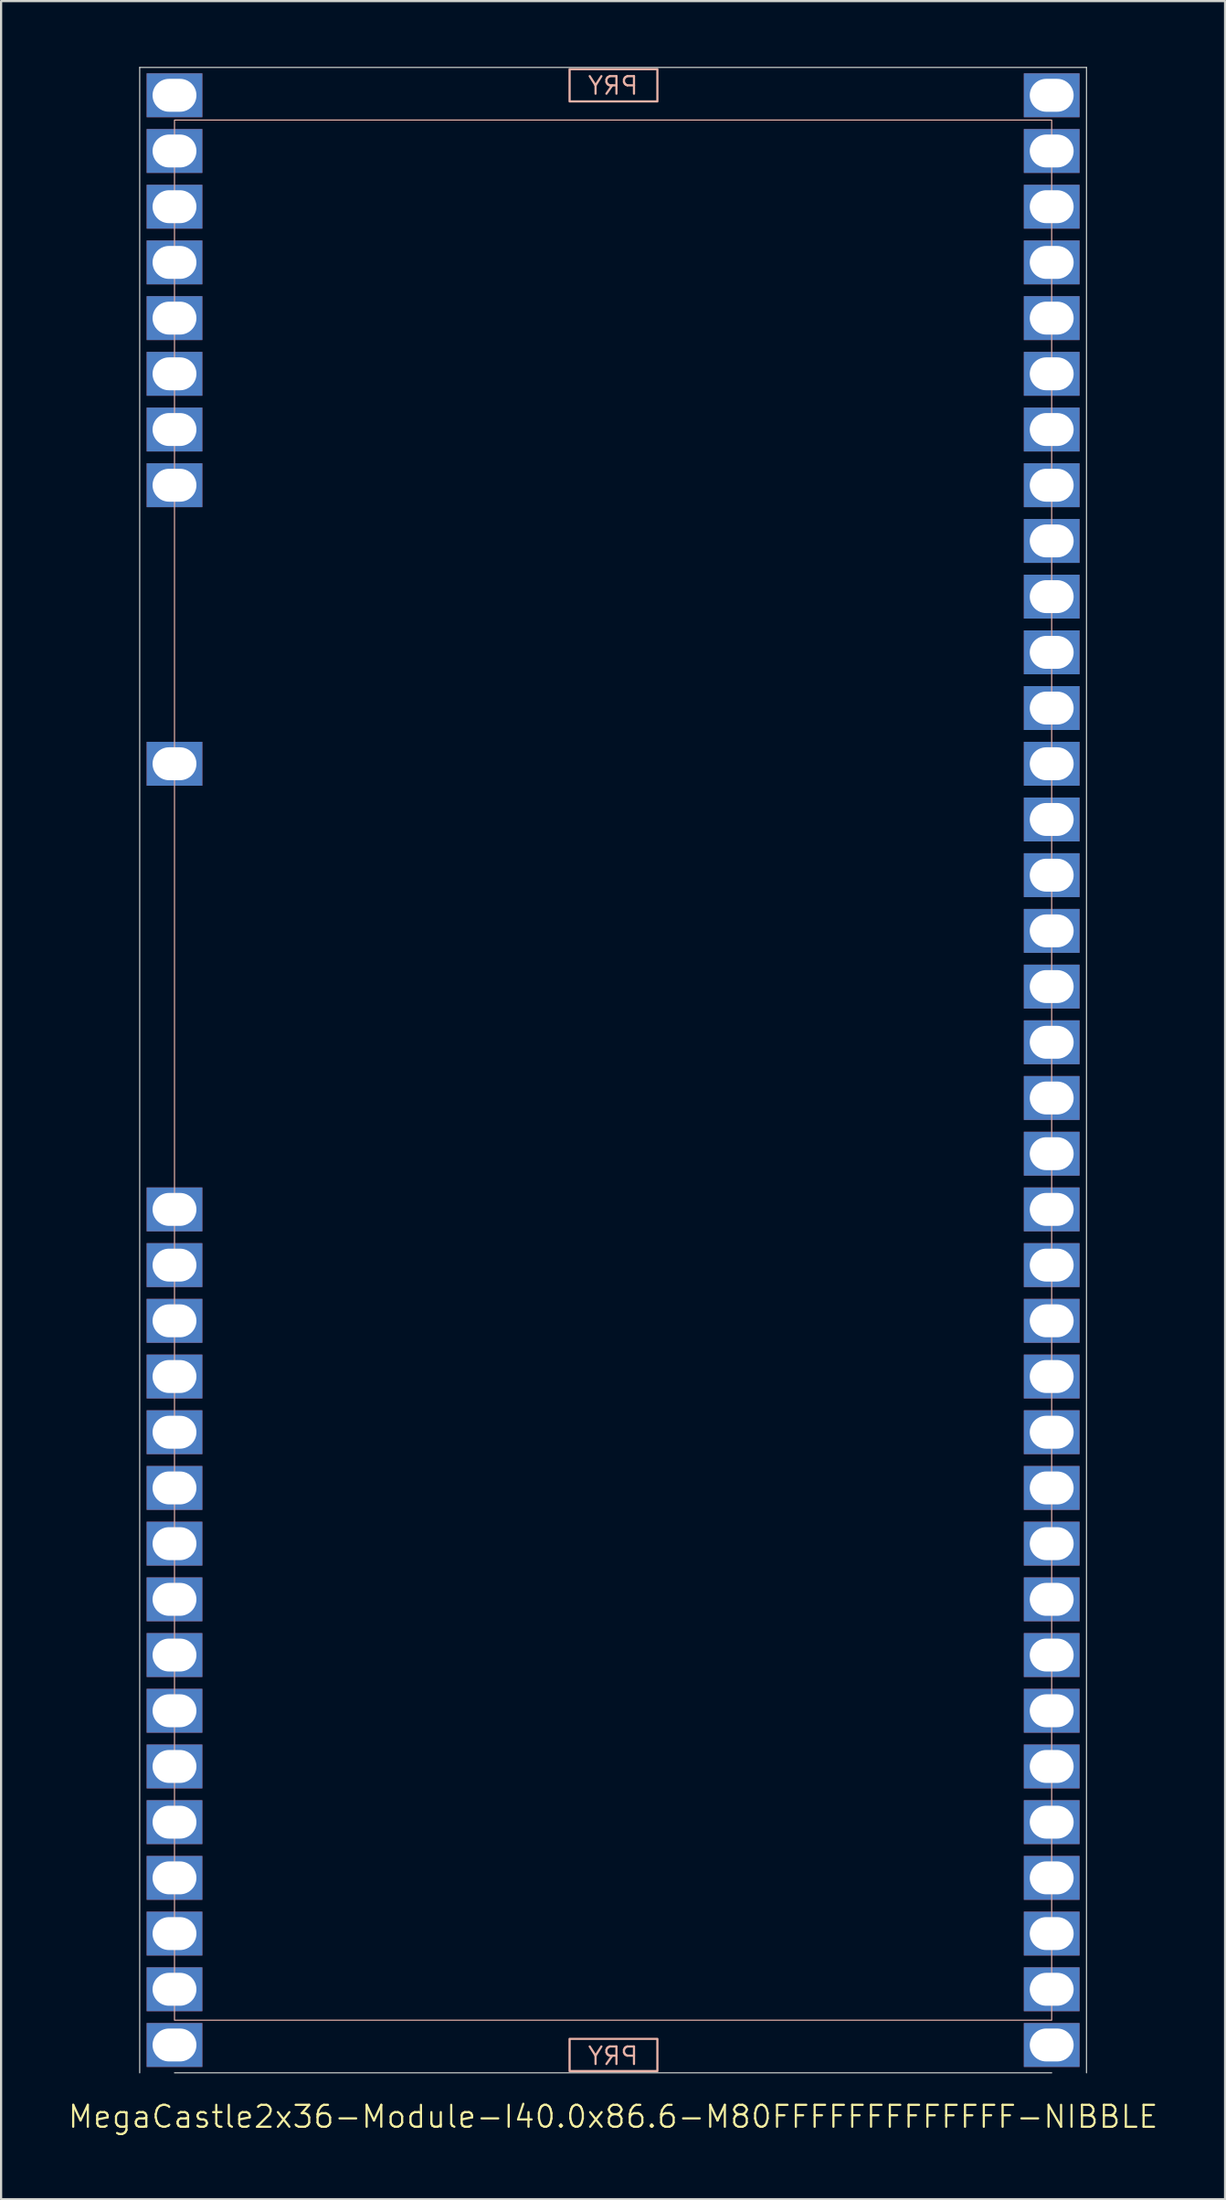
<source format=kicad_pcb>
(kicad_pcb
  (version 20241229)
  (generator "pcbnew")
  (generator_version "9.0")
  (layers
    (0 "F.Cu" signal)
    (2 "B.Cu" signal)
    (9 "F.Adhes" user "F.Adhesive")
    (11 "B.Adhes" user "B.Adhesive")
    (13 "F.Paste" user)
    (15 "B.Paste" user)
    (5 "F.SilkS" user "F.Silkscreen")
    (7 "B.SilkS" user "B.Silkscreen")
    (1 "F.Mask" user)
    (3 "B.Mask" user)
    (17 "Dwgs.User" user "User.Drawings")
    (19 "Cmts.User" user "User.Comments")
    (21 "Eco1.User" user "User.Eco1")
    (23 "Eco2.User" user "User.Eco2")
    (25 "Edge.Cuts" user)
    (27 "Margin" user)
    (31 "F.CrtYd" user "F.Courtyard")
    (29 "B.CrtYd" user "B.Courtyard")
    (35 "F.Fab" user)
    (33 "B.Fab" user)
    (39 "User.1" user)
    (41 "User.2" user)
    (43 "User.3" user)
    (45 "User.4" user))
  (footprint "MegaCastle2x36-Module-I40.0x86.6-M80FFFFFFFFFFFFF-NIBBLE"
    (layer "F.Cu")
    (at 24.907 45.745)
    (property "Reference" "MegaCastle2x36-Module-I40.0x86.6-M80FFFFFFFFFFFFF-NIBBLE" (at 0 47.72 0) (unlocked yes) (layer "F.SilkS") (effects (font (size 1 1) (thickness 0.1))))
    (attr smd)
    (fp_rect (start -20 43.32) (end 20 -43.32) (stroke (width 0.05) (type default)) (fill no) (layer "B.SilkS"))
    (fp_rect (start -1.984 -44.171) (end 2.02 -45.64) (stroke (width 0.1) (type default)) (fill no) (layer "B.SilkS"))
    (fp_rect (start -1.984 44.171) (end 2.02 45.64) (stroke (width 0.1) (type default)) (fill no) (layer "B.SilkS"))
    (fp_line (start -21.587 -45.72) (end -21.587 45.72) (stroke (width 0.05) (type default)) (layer "Edge.Cuts"))
    (fp_line (start -21.587 -45.72) (end 21.587 -45.72) (stroke (width 0.05) (type default)) (layer "Edge.Cuts"))
    (fp_line (start -20 45.72) (end 20 45.72) (stroke (width 0.05) (type default)) (layer "Edge.Cuts"))
    (fp_line (start 21.587 -45.72) (end 21.587 45.72) (stroke (width 0.05) (type default)) (layer "Edge.Cuts"))
    (fp_text user "PRY" (at 0 45.42 0) (unlocked yes) (layer "B.SilkS") (effects (font (size 0.8 0.8) (thickness 0.1)) (justify bottom mirror)))
    (fp_text user "PRY" (at 0 -44.42 0) (unlocked yes) (layer "B.SilkS") (effects (font (size 0.8 0.8) (thickness 0.1)) (justify bottom mirror)))
    (pad "1" thru_hole rect (at -20 -44.45) (size 2.54 2) (drill oval 2 1.5) (property pad_prop_castellated) (layers "*.Cu" "*.Mask"))
    (pad "2" thru_hole rect (at -20 -41.91) (size 2.54 2) (drill oval 2 1.5) (property pad_prop_castellated) (layers "*.Cu" "*.Mask"))
    (pad "3" thru_hole rect (at -20 -39.37) (size 2.54 2) (drill oval 2 1.5) (property pad_prop_castellated) (layers "*.Cu" "*.Mask"))
    (pad "4" thru_hole rect (at -20 -36.83) (size 2.54 2) (drill oval 2 1.5) (property pad_prop_castellated) (layers "*.Cu" "*.Mask"))
    (pad "5" thru_hole rect (at -20 -34.29) (size 2.54 2) (drill oval 2 1.5) (property pad_prop_castellated) (layers "*.Cu" "*.Mask"))
    (pad "6" thru_hole rect (at -20 -31.75) (size 2.54 2) (drill oval 2 1.5) (property pad_prop_castellated) (layers "*.Cu" "*.Mask"))
    (pad "7" thru_hole rect (at -20 -29.21) (size 2.54 2) (drill oval 2 1.5) (property pad_prop_castellated) (layers "*.Cu" "*.Mask"))
    (pad "8" thru_hole rect (at -20 -26.67) (size 2.54 2) (drill oval 2 1.5) (property pad_prop_castellated) (layers "*.Cu" "*.Mask"))
    (pad "13" thru_hole rect (at -20 -13.97) (size 2.54 2) (drill oval 2 1.5) (property pad_prop_castellated) (layers "*.Cu" "*.Mask"))
    (pad "21" thru_hole rect (at -20 6.35) (size 2.54 2) (drill oval 2 1.5) (property pad_prop_castellated) (layers "*.Cu" "*.Mask"))
    (pad "22" thru_hole rect (at -20 8.89) (size 2.54 2) (drill oval 2 1.5) (property pad_prop_castellated) (layers "*.Cu" "*.Mask"))
    (pad "23" thru_hole rect (at -20 11.43) (size 2.54 2) (drill oval 2 1.5) (property pad_prop_castellated) (layers "*.Cu" "*.Mask"))
    (pad "24" thru_hole rect (at -20 13.97) (size 2.54 2) (drill oval 2 1.5) (property pad_prop_castellated) (layers "*.Cu" "*.Mask"))
    (pad "25" thru_hole rect (at -20 16.51) (size 2.54 2) (drill oval 2 1.5) (property pad_prop_castellated) (layers "*.Cu" "*.Mask"))
    (pad "26" thru_hole rect (at -20 19.05) (size 2.54 2) (drill oval 2 1.5) (property pad_prop_castellated) (layers "*.Cu" "*.Mask"))
    (pad "27" thru_hole rect (at -20 21.59) (size 2.54 2) (drill oval 2 1.5) (property pad_prop_castellated) (layers "*.Cu" "*.Mask"))
    (pad "28" thru_hole rect (at -20 24.13) (size 2.54 2) (drill oval 2 1.5) (property pad_prop_castellated) (layers "*.Cu" "*.Mask"))
    (pad "29" thru_hole rect (at -20 26.67) (size 2.54 2) (drill oval 2 1.5) (property pad_prop_castellated) (layers "*.Cu" "*.Mask"))
    (pad "30" thru_hole rect (at -20 29.21) (size 2.54 2) (drill oval 2 1.5) (property pad_prop_castellated) (layers "*.Cu" "*.Mask"))
    (pad "31" thru_hole rect (at -20 31.75) (size 2.54 2) (drill oval 2 1.5) (property pad_prop_castellated) (layers "*.Cu" "*.Mask"))
    (pad "32" thru_hole rect (at -20 34.29) (size 2.54 2) (drill oval 2 1.5) (property pad_prop_castellated) (layers "*.Cu" "*.Mask"))
    (pad "33" thru_hole rect (at -20 36.83) (size 2.54 2) (drill oval 2 1.5) (property pad_prop_castellated) (layers "*.Cu" "*.Mask"))
    (pad "34" thru_hole rect (at -20 39.37) (size 2.54 2) (drill oval 2 1.5) (property pad_prop_castellated) (layers "*.Cu" "*.Mask"))
    (pad "35" thru_hole rect (at -20 41.91) (size 2.54 2) (drill oval 2 1.5) (property pad_prop_castellated) (layers "*.Cu" "*.Mask"))
    (pad "36" thru_hole rect (at -20 44.45) (size 2.54 2) (drill oval 2 1.5) (property pad_prop_castellated) (layers "*.Cu" "*.Mask"))
    (pad "37" thru_hole rect (at 20 -44.45) (size 2.54 2) (drill oval 2 1.5) (property pad_prop_castellated) (layers "*.Cu" "*.Mask"))
    (pad "38" thru_hole rect (at 20 -41.91) (size 2.54 2) (drill oval 2 1.5) (property pad_prop_castellated) (layers "*.Cu" "*.Mask"))
    (pad "39" thru_hole rect (at 20 -39.37) (size 2.54 2) (drill oval 2 1.5) (property pad_prop_castellated) (layers "*.Cu" "*.Mask"))
    (pad "40" thru_hole rect (at 20 -36.83) (size 2.54 2) (drill oval 2 1.5) (property pad_prop_castellated) (layers "*.Cu" "*.Mask"))
    (pad "41" thru_hole rect (at 20 -34.29) (size 2.54 2) (drill oval 2 1.5) (property pad_prop_castellated) (layers "*.Cu" "*.Mask"))
    (pad "42" thru_hole rect (at 20 -31.75) (size 2.54 2) (drill oval 2 1.5) (property pad_prop_castellated) (layers "*.Cu" "*.Mask"))
    (pad "43" thru_hole rect (at 20 -29.21) (size 2.54 2) (drill oval 2 1.5) (property pad_prop_castellated) (layers "*.Cu" "*.Mask"))
    (pad "44" thru_hole rect (at 20 -26.67) (size 2.54 2) (drill oval 2 1.5) (property pad_prop_castellated) (layers "*.Cu" "*.Mask"))
    (pad "45" thru_hole rect (at 20 -24.13) (size 2.54 2) (drill oval 2 1.5) (property pad_prop_castellated) (layers "*.Cu" "*.Mask"))
    (pad "46" thru_hole rect (at 20 -21.59) (size 2.54 2) (drill oval 2 1.5) (property pad_prop_castellated) (layers "*.Cu" "*.Mask"))
    (pad "47" thru_hole rect (at 20 -19.05) (size 2.54 2) (drill oval 2 1.5) (property pad_prop_castellated) (layers "*.Cu" "*.Mask"))
    (pad "48" thru_hole rect (at 20 -16.51) (size 2.54 2) (drill oval 2 1.5) (property pad_prop_castellated) (layers "*.Cu" "*.Mask"))
    (pad "49" thru_hole rect (at 20 -13.97) (size 2.54 2) (drill oval 2 1.5) (property pad_prop_castellated) (layers "*.Cu" "*.Mask"))
    (pad "50" thru_hole rect (at 20 -11.43) (size 2.54 2) (drill oval 2 1.5) (property pad_prop_castellated) (layers "*.Cu" "*.Mask"))
    (pad "51" thru_hole rect (at 20 -8.89) (size 2.54 2) (drill oval 2 1.5) (property pad_prop_castellated) (layers "*.Cu" "*.Mask"))
    (pad "52" thru_hole rect (at 20 -6.35) (size 2.54 2) (drill oval 2 1.5) (property pad_prop_castellated) (layers "*.Cu" "*.Mask"))
    (pad "53" thru_hole rect (at 20 -3.81) (size 2.54 2) (drill oval 2 1.5) (property pad_prop_castellated) (layers "*.Cu" "*.Mask"))
    (pad "54" thru_hole rect (at 20 -1.27) (size 2.54 2) (drill oval 2 1.5) (property pad_prop_castellated) (layers "*.Cu" "*.Mask"))
    (pad "55" thru_hole rect (at 20 1.27) (size 2.54 2) (drill oval 2 1.5) (property pad_prop_castellated) (layers "*.Cu" "*.Mask"))
    (pad "56" thru_hole rect (at 20 3.81) (size 2.54 2) (drill oval 2 1.5) (property pad_prop_castellated) (layers "*.Cu" "*.Mask"))
    (pad "57" thru_hole rect (at 20 6.35) (size 2.54 2) (drill oval 2 1.5) (property pad_prop_castellated) (layers "*.Cu" "*.Mask"))
    (pad "58" thru_hole rect (at 20 8.89) (size 2.54 2) (drill oval 2 1.5) (property pad_prop_castellated) (layers "*.Cu" "*.Mask"))
    (pad "59" thru_hole rect (at 20 11.43) (size 2.54 2) (drill oval 2 1.5) (property pad_prop_castellated) (layers "*.Cu" "*.Mask"))
    (pad "60" thru_hole rect (at 20 13.97) (size 2.54 2) (drill oval 2 1.5) (property pad_prop_castellated) (layers "*.Cu" "*.Mask"))
    (pad "61" thru_hole rect (at 20 16.51) (size 2.54 2) (drill oval 2 1.5) (property pad_prop_castellated) (layers "*.Cu" "*.Mask"))
    (pad "62" thru_hole rect (at 20 19.05) (size 2.54 2) (drill oval 2 1.5) (property pad_prop_castellated) (layers "*.Cu" "*.Mask"))
    (pad "63" thru_hole rect (at 20 21.59) (size 2.54 2) (drill oval 2 1.5) (property pad_prop_castellated) (layers "*.Cu" "*.Mask"))
    (pad "64" thru_hole rect (at 20 24.13) (size 2.54 2) (drill oval 2 1.5) (property pad_prop_castellated) (layers "*.Cu" "*.Mask"))
    (pad "65" thru_hole rect (at 20 26.67) (size 2.54 2) (drill oval 2 1.5) (property pad_prop_castellated) (layers "*.Cu" "*.Mask"))
    (pad "66" thru_hole rect (at 20 29.21) (size 2.54 2) (drill oval 2 1.5) (property pad_prop_castellated) (layers "*.Cu" "*.Mask"))
    (pad "67" thru_hole rect (at 20 31.75) (size 2.54 2) (drill oval 2 1.5) (property pad_prop_castellated) (layers "*.Cu" "*.Mask"))
    (pad "68" thru_hole rect (at 20 34.29) (size 2.54 2) (drill oval 2 1.5) (property pad_prop_castellated) (layers "*.Cu" "*.Mask"))
    (pad "69" thru_hole rect (at 20 36.83) (size 2.54 2) (drill oval 2 1.5) (property pad_prop_castellated) (layers "*.Cu" "*.Mask"))
    (pad "70" thru_hole rect (at 20 39.37) (size 2.54 2) (drill oval 2 1.5) (property pad_prop_castellated) (layers "*.Cu" "*.Mask"))
    (pad "71" thru_hole rect (at 20 41.91) (size 2.54 2) (drill oval 2 1.5) (property pad_prop_castellated) (layers "*.Cu" "*.Mask"))
    (pad "72" thru_hole rect (at 20 44.45) (size 2.54 2) (drill oval 2 1.5) (property pad_prop_castellated) (layers "*.Cu" "*.Mask"))
    (zone (net_name "") (layer "B.Cu") (hatch edge 0.5) (connect_pads) (min_thickness 0.25) (filled_areas_thickness no) (keepout (tracks allowed) (vias allowed) (pads allowed) (copperpour allowed) (footprints not_allowed)) (placement (enabled no)) (fill) (polygon (pts (xy 4.907 91.465) (xy 4.907 0.025))))
    (zone (net_name "") (layer "B.Cu") (hatch edge 0.5) (connect_pads) (min_thickness 0.25) (filled_areas_thickness no) (keepout (tracks allowed) (vias allowed) (pads allowed) (copperpour allowed) (footprints not_allowed)) (placement (enabled no)) (fill) (polygon (pts (xy 44.907 91.465) (xy 44.907 0.025))))
    (zone (net_name "") (layer "B.Cu") (hatch edge 0.5) (connect_pads) (min_thickness 0.25) (filled_areas_thickness no) (keepout (tracks allowed) (vias allowed) (pads allowed) (copperpour allowed) (footprints not_allowed)) (placement (enabled no)) (fill) (polygon (pts (xy 4.907 0.025) (xy 4.907 2.425) (xy 44.907 2.425) (xy 44.907 0.025))))
    (zone (net_name "") (layer "B.Cu") (hatch edge 0.5) (connect_pads) (min_thickness 0.25) (filled_areas_thickness no) (keepout (tracks allowed) (vias allowed) (pads allowed) (copperpour allowed) (footprints not_allowed)) (placement (enabled no)) (fill) (polygon (pts (xy 4.907 91.465) (xy 4.907 89.065) (xy 44.907 89.065) (xy 44.907 91.465))))
    (zone (net_name "") (layer "B.Cu") (name "Upper Pry Zone") (hatch edge 0.5) (connect_pads) (min_thickness 0.25) (filled_areas_thickness no) (keepout (tracks not_allowed) (vias not_allowed) (pads not_allowed) (copperpour allowed) (footprints not_allowed)) (placement (enabled no)) (fill) (polygon (pts (xy 22.923 1.574) (xy 22.923 0.105) (xy 26.927 0.105) (xy 26.927 1.574))))
    (zone (net_name "") (layer "B.Cu") (name "Upper Pry Zone") (hatch edge 0.5) (connect_pads) (min_thickness 0.25) (filled_areas_thickness no) (keepout (tracks not_allowed) (vias not_allowed) (pads not_allowed) (copperpour allowed) (footprints not_allowed)) (placement (enabled no)) (fill) (polygon (pts (xy 22.923 89.916) (xy 22.923 91.385) (xy 26.927 91.385) (xy 26.927 89.916)))))
  (gr_rect
    (start -3 -3)
    (end 52.814 97.226)
    (stroke (width 0.1) (type default))
    (fill no)
    (layer "Edge.Cuts")))
</source>
